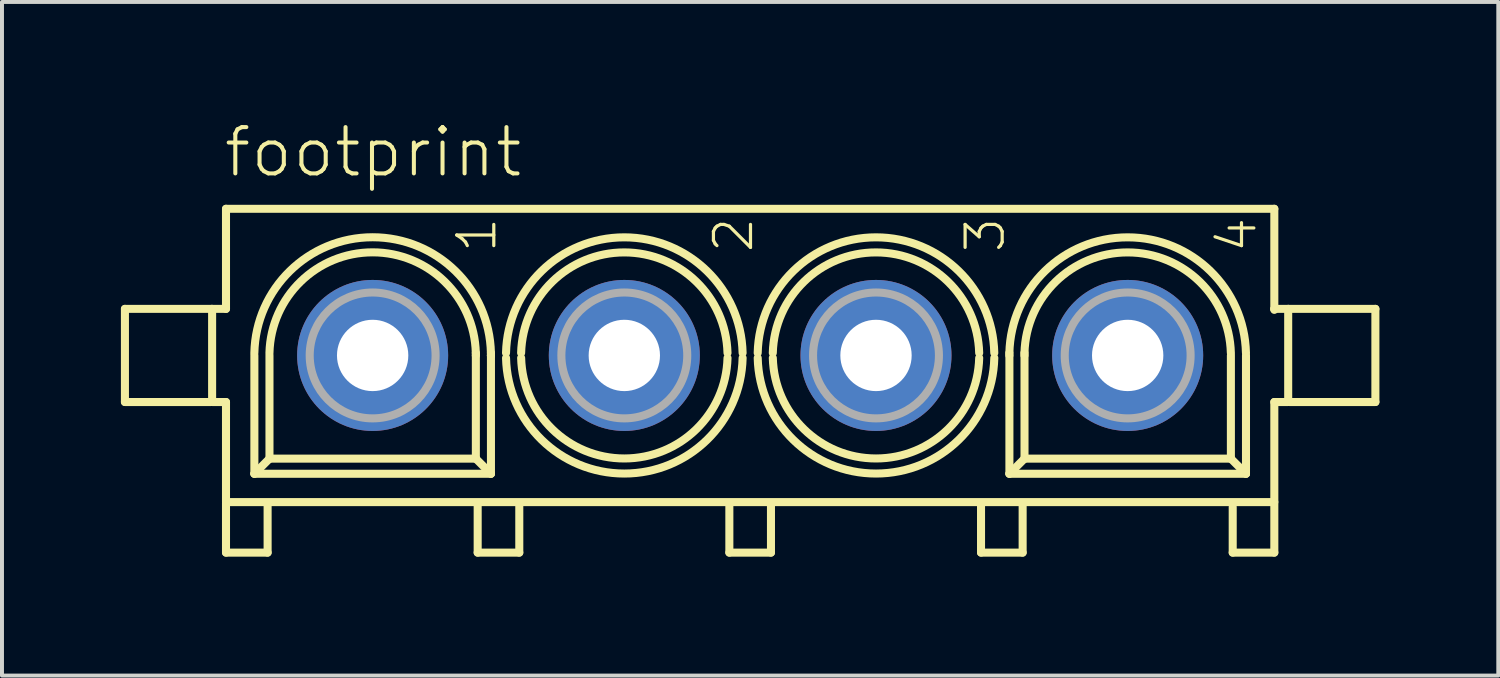
<source format=kicad_pcb>
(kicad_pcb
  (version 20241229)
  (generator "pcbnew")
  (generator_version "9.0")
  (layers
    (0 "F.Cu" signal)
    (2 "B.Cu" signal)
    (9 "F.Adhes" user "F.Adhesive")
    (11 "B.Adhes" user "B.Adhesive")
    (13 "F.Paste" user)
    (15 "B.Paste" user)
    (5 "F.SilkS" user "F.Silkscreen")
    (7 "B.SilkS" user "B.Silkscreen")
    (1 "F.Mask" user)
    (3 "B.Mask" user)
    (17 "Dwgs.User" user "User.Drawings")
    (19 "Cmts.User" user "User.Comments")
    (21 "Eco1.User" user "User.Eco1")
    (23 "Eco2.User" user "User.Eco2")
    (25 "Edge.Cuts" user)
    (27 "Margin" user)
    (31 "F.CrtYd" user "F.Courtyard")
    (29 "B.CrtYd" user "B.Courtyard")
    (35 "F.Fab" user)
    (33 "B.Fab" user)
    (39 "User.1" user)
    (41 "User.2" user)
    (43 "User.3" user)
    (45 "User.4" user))
  (footprint "footprint"
    (layer "F.Cu")
    (at 15.877 5.918)
    (property "Reference" "footprint" (at -13.335 -4.445 0) (layer "F.SilkS") (effects (font (size 1.168 1.168) (thickness 0.102)) (justify left bottom)))
    (fp_line (start -15.775 -1.175) (end -15.775 1.175) (stroke (width 0.203) (type solid)) (layer "F.SilkS"))
    (fp_line (start -15.775 1.175) (end -13.6 1.175) (stroke (width 0.203) (type solid)) (layer "F.SilkS"))
    (fp_line (start -13.6 -1.175) (end -15.775 -1.175) (stroke (width 0.203) (type solid)) (layer "F.SilkS"))
    (fp_line (start -13.575 -1.175) (end -13.225 -1.175) (stroke (width 0.203) (type solid)) (layer "F.SilkS"))
    (fp_line (start -13.575 1.175) (end -13.575 -1.175) (stroke (width 0.203) (type solid)) (layer "F.SilkS"))
    (fp_line (start -13.225 -3.7) (end 13.225 -3.7) (stroke (width 0.203) (type solid)) (layer "F.SilkS"))
    (fp_line (start -13.225 -1.175) (end -13.225 -3.7) (stroke (width 0.203) (type solid)) (layer "F.SilkS"))
    (fp_line (start -13.225 1.175) (end -13.575 1.175) (stroke (width 0.203) (type solid)) (layer "F.SilkS"))
    (fp_line (start -13.225 3.7) (end -13.225 1.175) (stroke (width 0.203) (type solid)) (layer "F.SilkS"))
    (fp_line (start -13.225 3.725) (end -13.225 4.975) (stroke (width 0.203) (type solid)) (layer "F.SilkS"))
    (fp_line (start -13.225 4.975) (end -12.175 4.975) (stroke (width 0.203) (type solid)) (layer "F.SilkS"))
    (fp_line (start -12.509 2.985) (end -12.509 0) (stroke (width 0.203) (type solid)) (layer "F.SilkS"))
    (fp_line (start -12.175 4.975) (end -12.175 3.8) (stroke (width 0.203) (type solid)) (layer "F.SilkS"))
    (fp_line (start -12.128 2.604) (end -12.509 2.985) (stroke (width 0.203) (type solid)) (layer "F.SilkS"))
    (fp_line (start -12.128 2.604) (end -12.128 0) (stroke (width 0.203) (type solid)) (layer "F.SilkS"))
    (fp_line (start -6.922 -0.064) (end -6.922 0) (stroke (width 0.203) (type solid)) (layer "F.SilkS"))
    (fp_line (start -6.921 0) (end -6.921 2.604) (stroke (width 0.203) (type solid)) (layer "F.SilkS"))
    (fp_line (start -6.921 2.604) (end -12.128 2.604) (stroke (width 0.203) (type solid)) (layer "F.SilkS"))
    (fp_line (start -6.921 2.604) (end -6.54 2.985) (stroke (width 0.203) (type solid)) (layer "F.SilkS"))
    (fp_line (start -6.875 4.975) (end -6.875 3.775) (stroke (width 0.203) (type solid)) (layer "F.SilkS"))
    (fp_line (start -6.541 -0.064) (end -6.541 0) (stroke (width 0.203) (type solid)) (layer "F.SilkS"))
    (fp_line (start -6.54 0) (end -6.541 0) (stroke (width 0.203) (type solid)) (layer "F.SilkS"))
    (fp_line (start -6.54 0) (end -6.54 2.985) (stroke (width 0.203) (type solid)) (layer "F.SilkS"))
    (fp_line (start -6.54 2.985) (end -12.509 2.985) (stroke (width 0.203) (type solid)) (layer "F.SilkS"))
    (fp_line (start -5.825 3.775) (end -5.825 4.975) (stroke (width 0.203) (type solid)) (layer "F.SilkS"))
    (fp_line (start -5.825 4.975) (end -6.875 4.975) (stroke (width 0.203) (type solid)) (layer "F.SilkS"))
    (fp_line (start -0.525 4.975) (end -0.525 3.775) (stroke (width 0.203) (type solid)) (layer "F.SilkS"))
    (fp_line (start 0.525 3.775) (end 0.525 4.975) (stroke (width 0.203) (type solid)) (layer "F.SilkS"))
    (fp_line (start 0.525 4.975) (end -0.525 4.975) (stroke (width 0.203) (type solid)) (layer "F.SilkS"))
    (fp_line (start 5.825 4.975) (end 5.825 3.775) (stroke (width 0.203) (type solid)) (layer "F.SilkS"))
    (fp_line (start 6.54 0) (end 6.54 -0.064) (stroke (width 0.203) (type solid)) (layer "F.SilkS"))
    (fp_line (start 6.541 2.985) (end 6.541 0) (stroke (width 0.203) (type solid)) (layer "F.SilkS"))
    (fp_line (start 6.875 3.775) (end 6.875 4.975) (stroke (width 0.203) (type solid)) (layer "F.SilkS"))
    (fp_line (start 6.875 4.975) (end 5.825 4.975) (stroke (width 0.203) (type solid)) (layer "F.SilkS"))
    (fp_line (start 6.921 0) (end 6.921 -0.064) (stroke (width 0.203) (type solid)) (layer "F.SilkS"))
    (fp_line (start 6.922 2.604) (end 6.541 2.985) (stroke (width 0.203) (type solid)) (layer "F.SilkS"))
    (fp_line (start 6.922 2.604) (end 6.922 0) (stroke (width 0.203) (type solid)) (layer "F.SilkS"))
    (fp_line (start 12.129 0) (end 12.129 2.604) (stroke (width 0.203) (type solid)) (layer "F.SilkS"))
    (fp_line (start 12.129 2.604) (end 6.922 2.604) (stroke (width 0.203) (type solid)) (layer "F.SilkS"))
    (fp_line (start 12.129 2.604) (end 12.51 2.985) (stroke (width 0.203) (type solid)) (layer "F.SilkS"))
    (fp_line (start 12.175 4.975) (end 12.175 3.825) (stroke (width 0.203) (type solid)) (layer "F.SilkS"))
    (fp_line (start 12.51 0) (end 12.51 2.985) (stroke (width 0.203) (type solid)) (layer "F.SilkS"))
    (fp_line (start 12.51 2.985) (end 6.541 2.985) (stroke (width 0.203) (type solid)) (layer "F.SilkS"))
    (fp_line (start 13.225 -3.7) (end 13.225 -1.175) (stroke (width 0.203) (type solid)) (layer "F.SilkS"))
    (fp_line (start 13.225 -1.175) (end 13.225 -1.15) (stroke (width 0.203) (type solid)) (layer "F.SilkS"))
    (fp_line (start 13.225 -1.175) (end 13.575 -1.175) (stroke (width 0.203) (type solid)) (layer "F.SilkS"))
    (fp_line (start 13.225 1.175) (end 13.225 3.7) (stroke (width 0.203) (type solid)) (layer "F.SilkS"))
    (fp_line (start 13.225 3.7) (end -13.225 3.7) (stroke (width 0.203) (type solid)) (layer "F.SilkS"))
    (fp_line (start 13.225 3.75) (end 13.225 4.975) (stroke (width 0.203) (type solid)) (layer "F.SilkS"))
    (fp_line (start 13.225 4.975) (end 12.175 4.975) (stroke (width 0.203) (type solid)) (layer "F.SilkS"))
    (fp_line (start 13.575 -1.175) (end 13.575 1.175) (stroke (width 0.203) (type solid)) (layer "F.SilkS"))
    (fp_line (start 13.575 1.175) (end 13.225 1.175) (stroke (width 0.203) (type solid)) (layer "F.SilkS"))
    (fp_line (start 13.6 -1.175) (end 15.775 -1.175) (stroke (width 0.203) (type solid)) (layer "F.SilkS"))
    (fp_line (start 15.775 -1.175) (end 15.775 1.175) (stroke (width 0.203) (type solid)) (layer "F.SilkS"))
    (fp_line (start 15.775 1.175) (end 13.6 1.175) (stroke (width 0.203) (type solid)) (layer "F.SilkS"))
    (fp_arc (start -12.5096 -0.0636) (mid -9.52515 -2.979945) (end -6.5407 -0.0636) (stroke (width 0.2032) (type solid)) (layer "F.SilkS"))
    (fp_arc (start -12.1286 -0.0636) (mid -9.52515 -2.601886) (end -6.9217 -0.0636) (stroke (width 0.2032) (type solid)) (layer "F.SilkS"))
    (fp_arc (start -6.1597 -0.0636) (mid -3.1752 -2.980093) (end -0.1907 -0.0636) (stroke (width 0.2032) (type solid)) (layer "F.SilkS"))
    (fp_arc (start -5.7787 -0.0636) (mid -3.175201 -2.600086) (end -0.5717 -0.063602) (stroke (width 0.2032) (type solid)) (layer "F.SilkS"))
    (fp_arc (start -0.5713 0.0636) (mid -3.174799 2.600086) (end -5.7783 0.063602) (stroke (width 0.2032) (type solid)) (layer "F.SilkS"))
    (fp_arc (start -0.1903 0.0636) (mid -3.1748 2.980093) (end -6.1593 0.0636) (stroke (width 0.2032) (type solid)) (layer "F.SilkS"))
    (fp_arc (start 0.1903 -0.0636) (mid 3.1748 -2.980093) (end 6.1593 -0.0636) (stroke (width 0.2032) (type solid)) (layer "F.SilkS"))
    (fp_arc (start 0.5713 -0.0636) (mid 3.174799 -2.600086) (end 5.7783 -0.063602) (stroke (width 0.2032) (type solid)) (layer "F.SilkS"))
    (fp_arc (start 5.7787 0.0636) (mid 3.175201 2.600086) (end 0.5717 0.063602) (stroke (width 0.2032) (type solid)) (layer "F.SilkS"))
    (fp_arc (start 6.1597 0.0636) (mid 3.1752 2.980093) (end 0.1907 0.0636) (stroke (width 0.2032) (type solid)) (layer "F.SilkS"))
    (fp_arc (start 6.5403 -0.0636) (mid 9.5248 -2.980093) (end 12.5093 -0.0636) (stroke (width 0.2032) (type solid)) (layer "F.SilkS"))
    (fp_arc (start 6.9213 -0.0636) (mid 9.524799 -2.600086) (end 12.1283 -0.063602) (stroke (width 0.2032) (type solid)) (layer "F.SilkS"))
    (fp_circle (center -9.525 0) (end -7.937 0) (stroke (width 0.203) (type solid)) (fill no) (layer "F.Fab"))
    (fp_circle (center -3.175 0) (end -1.587 0) (stroke (width 0.203) (type solid)) (fill no) (layer "F.Fab"))
    (fp_circle (center 3.175 0) (end 4.763 0) (stroke (width 0.203) (type solid)) (fill no) (layer "F.Fab"))
    (fp_circle (center 9.525 0) (end 11.113 0) (stroke (width 0.203) (type solid)) (fill no) (layer "F.Fab"))
    (fp_text user "1" (at -6.35 -2.54 90) (layer "F.SilkS") (effects (font (size 0.935 0.935) (thickness 0.081)) (justify left bottom)))
    (fp_text user "4" (at 12.827 -2.54 90) (layer "F.SilkS") (effects (font (size 0.935 0.935) (thickness 0.081)) (justify left bottom)))
    (fp_text user "2" (at 0.127 -2.54 90) (layer "F.SilkS") (effects (font (size 0.935 0.935) (thickness 0.081)) (justify left bottom)))
    (fp_text user "3" (at 6.477 -2.54 90) (layer "F.SilkS") (effects (font (size 0.935 0.935) (thickness 0.081)) (justify left bottom)))
    (pad "1" thru_hole circle (at -9.525 0) (size 3.81 3.81) (drill 1.8) (layers "*.Cu" "*.Mask"))
    (pad "2" thru_hole circle (at -3.175 0) (size 3.81 3.81) (drill 1.8) (layers "*.Cu" "*.Mask"))
    (pad "3" thru_hole circle (at 3.175 0) (size 3.81 3.81) (drill 1.8) (layers "*.Cu" "*.Mask"))
    (pad "4" thru_hole circle (at 9.525 0) (size 3.81 3.81) (drill 1.8) (layers "*.Cu" "*.Mask")))
  (gr_rect
    (start -3 -3)
    (end 34.753 13.995)
    (stroke (width 0.1) (type default))
    (fill no)
    (layer "Edge.Cuts")))
</source>
